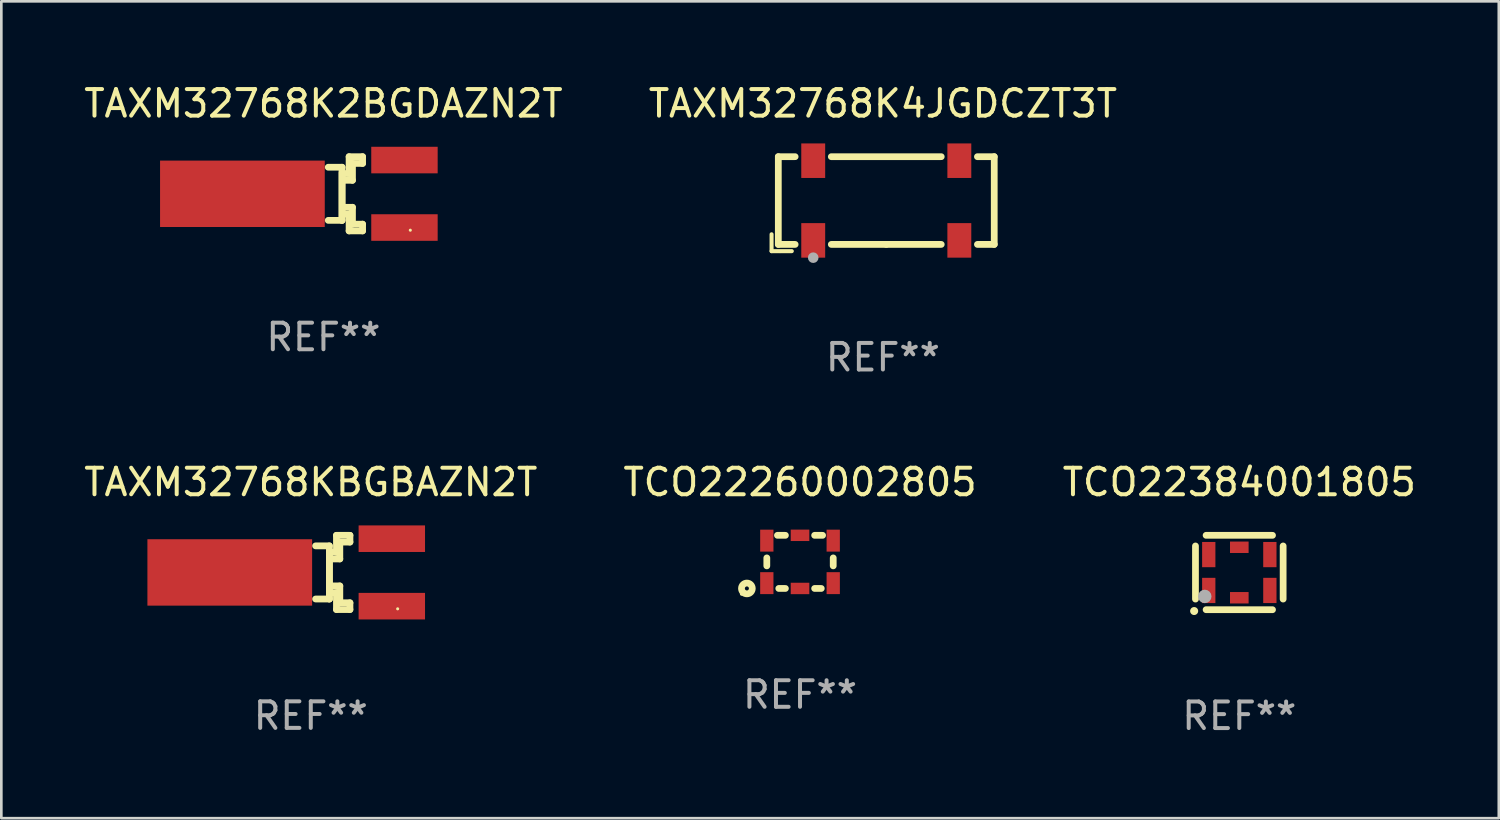
<source format=kicad_pcb>
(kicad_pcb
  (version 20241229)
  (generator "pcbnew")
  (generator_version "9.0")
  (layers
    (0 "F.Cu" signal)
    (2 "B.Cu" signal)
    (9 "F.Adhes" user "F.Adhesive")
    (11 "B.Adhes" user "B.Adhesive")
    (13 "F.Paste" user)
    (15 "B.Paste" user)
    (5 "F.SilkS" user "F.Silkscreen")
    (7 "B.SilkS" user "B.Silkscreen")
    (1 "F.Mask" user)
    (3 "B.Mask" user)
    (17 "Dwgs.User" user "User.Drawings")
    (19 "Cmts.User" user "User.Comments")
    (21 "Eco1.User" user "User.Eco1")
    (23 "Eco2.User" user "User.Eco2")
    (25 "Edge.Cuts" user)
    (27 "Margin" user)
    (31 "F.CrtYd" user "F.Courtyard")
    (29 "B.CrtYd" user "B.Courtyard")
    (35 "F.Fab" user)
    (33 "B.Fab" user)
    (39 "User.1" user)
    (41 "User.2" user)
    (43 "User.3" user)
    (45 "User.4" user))
  (footprint "TCO22384001805"
    (layer "F.Cu")
    (at 43.601 18.501)
    (property "Reference" "TCO22384001805" (at 0 -3.4 0) (layer "F.SilkS") (effects (font (size 1 1) (thickness 0.15))))
    (attr through_hole)
    (fp_line (start -1.65 -1) (end -1.65 1) (stroke (width 0.254) (type solid)) (layer "F.SilkS"))
    (fp_line (start -1.25 -1.4) (end 1.25 -1.4) (stroke (width 0.254) (type solid)) (layer "F.SilkS"))
    (fp_line (start -1.25 1.4) (end 1.25 1.4) (stroke (width 0.254) (type solid)) (layer "F.SilkS"))
    (fp_line (start 1.65 -1) (end 1.65 1) (stroke (width 0.254) (type solid)) (layer "F.SilkS"))
    (fp_arc (start -1.701321 1.449987) (mid -1.700051 1.449982) (end -1.698781 1.449987) (stroke (width 0.3) (type solid)) (layer "F.SilkS"))
    (fp_circle (center -1.25 1) (end -1.22 1) (stroke (width 0.06) (type solid)) (fill no) (layer "F.SilkS"))
    (fp_circle (center -1.3 0.9) (end -1.173 0.9) (stroke (width 0.254) (type solid)) (fill no) (layer "F.Fab"))
    (fp_text user "REF**" (at 0 5.4 0) (layer "F.Fab") (effects (font (size 1 1) (thickness 0.15))))
    (pad "1" smd rect (at -1.15 0.675) (size 0.5 0.95) (layers "F.Cu" "F.Mask" "F.Paste"))
    (pad "2" smd rect (at 0 0.95) (size 0.7 0.43) (layers "F.Cu" "F.Mask" "F.Paste"))
    (pad "3" smd rect (at 1.15 0.675) (size 0.5 0.95) (layers "F.Cu" "F.Mask" "F.Paste"))
    (pad "4" smd rect (at 1.15 -0.675) (size 0.5 0.95) (layers "F.Cu" "F.Mask" "F.Paste"))
    (pad "5" smd rect (at 0 -0.95) (size 0.7 0.43) (layers "F.Cu" "F.Mask" "F.Paste"))
    (pad "6" smd rect (at -1.15 -0.675) (size 0.5 0.95) (layers "F.Cu" "F.Mask" "F.Paste")))
  (footprint "TAXM32768K2BGDAZN2T"
    (layer "F.Cu")
    (at 9.125 4.245)
    (property "Reference" "TAXM32768K2BGDAZN2T" (at 0 -3.397 0) (layer "F.SilkS") (effects (font (size 1 1) (thickness 0.15))))
    (attr through_hole)
    (fp_line (start 0.7 -1) (end 0.181 -1) (stroke (width 0.254) (type solid)) (layer "F.SilkS"))
    (fp_line (start 0.7 -1) (end 0.7 1) (stroke (width 0.254) (type solid)) (layer "F.SilkS"))
    (fp_line (start 0.7 -0.799) (end 0.7 1) (stroke (width 0.254) (type solid)) (layer "F.SilkS"))
    (fp_line (start 0.7 1) (end 0.181 1) (stroke (width 0.254) (type solid)) (layer "F.SilkS"))
    (fp_line (start 0.712 -0.762) (end 0.966 -0.762) (stroke (width 0.254) (type solid)) (layer "F.SilkS"))
    (fp_line (start 0.712 0.762) (end 0.966 0.762) (stroke (width 0.254) (type solid)) (layer "F.SilkS"))
    (fp_line (start 0.966 -1.397) (end 1.474 -1.397) (stroke (width 0.254) (type solid)) (layer "F.SilkS"))
    (fp_line (start 0.966 -0.762) (end 0.966 -1.397) (stroke (width 0.254) (type solid)) (layer "F.SilkS"))
    (fp_line (start 0.966 0.762) (end 0.966 1.397) (stroke (width 0.254) (type solid)) (layer "F.SilkS"))
    (fp_line (start 0.966 1.397) (end 1.474 1.397) (stroke (width 0.254) (type solid)) (layer "F.SilkS"))
    (fp_line (start 1.093 -1.143) (end 1.093 -0.508) (stroke (width 0.254) (type solid)) (layer "F.SilkS"))
    (fp_line (start 1.093 -0.508) (end 0.712 -0.508) (stroke (width 0.254) (type solid)) (layer "F.SilkS"))
    (fp_line (start 1.093 0.508) (end 0.712 0.508) (stroke (width 0.254) (type solid)) (layer "F.SilkS"))
    (fp_line (start 1.093 1.143) (end 1.093 0.508) (stroke (width 0.254) (type solid)) (layer "F.SilkS"))
    (fp_line (start 1.474 -1.397) (end 1.474 -1.143) (stroke (width 0.254) (type solid)) (layer "F.SilkS"))
    (fp_line (start 1.474 -1.143) (end 1.093 -1.143) (stroke (width 0.254) (type solid)) (layer "F.SilkS"))
    (fp_line (start 1.474 1.143) (end 1.093 1.143) (stroke (width 0.254) (type solid)) (layer "F.SilkS"))
    (fp_line (start 1.474 1.397) (end 1.474 1.143) (stroke (width 0.254) (type solid)) (layer "F.SilkS"))
    (fp_circle (center 3.27 1.37) (end 3.3 1.37) (stroke (width 0.06) (type solid)) (fill no) (layer "F.SilkS"))
    (fp_text user "REF**" (at 0 5.397 0) (layer "F.Fab") (effects (font (size 1 1) (thickness 0.15))))
    (pad "1" smd rect (at 3.05 1.27) (size 2.5 1) (layers "F.Cu" "F.Mask" "F.Paste"))
    (pad "2" smd rect (at 3.05 -1.27) (size 2.5 1) (layers "F.Cu" "F.Mask" "F.Paste"))
    (pad "3" smd rect (at -3.05 0 90) (size 2.5 6.2) (layers "F.Cu" "F.Mask" "F.Paste")))
  (footprint "TAXM32768K4JGDCZT3T"
    (layer "F.Cu")
    (at 30.185 4.626)
    (property "Reference" "TAXM32768K4JGDCZT3T" (at 0 -3.778 0) (layer "F.SilkS") (effects (font (size 1 1) (thickness 0.15))))
    (attr through_hole)
    (fp_line (start -4.191 1.143) (end -4.191 1.778) (stroke (width 0.152) (type solid)) (layer "F.SilkS"))
    (fp_line (start -4.191 1.778) (end -3.429 1.778) (stroke (width 0.152) (type solid)) (layer "F.SilkS"))
    (fp_line (start -3.937 -1.778) (end -3.304 -1.778) (stroke (width 0.254) (type solid)) (layer "F.SilkS"))
    (fp_line (start -3.937 1.524) (end -3.937 -1.778) (stroke (width 0.254) (type solid)) (layer "F.SilkS"))
    (fp_line (start -3.304 1.524) (end -3.937 1.524) (stroke (width 0.254) (type solid)) (layer "F.SilkS"))
    (fp_line (start -1.942 -1.778) (end 2.196 -1.778) (stroke (width 0.254) (type solid)) (layer "F.SilkS"))
    (fp_line (start 0.127 1.524) (end -1.942 1.524) (stroke (width 0.254) (type solid)) (layer "F.SilkS"))
    (fp_line (start 2.196 1.524) (end 0.127 1.524) (stroke (width 0.254) (type solid)) (layer "F.SilkS"))
    (fp_line (start 3.558 -1.778) (end 4.191 -1.778) (stroke (width 0.254) (type solid)) (layer "F.SilkS"))
    (fp_line (start 4.191 -1.778) (end 4.191 1.524) (stroke (width 0.254) (type solid)) (layer "F.SilkS"))
    (fp_line (start 4.191 1.524) (end 3.558 1.524) (stroke (width 0.254) (type solid)) (layer "F.SilkS"))
    (fp_circle (center -3.873 1.792) (end -3.843 1.792) (stroke (width 0.06) (type solid)) (fill no) (layer "F.SilkS"))
    (fp_circle (center -2.623 2.023) (end -2.523 2.023) (stroke (width 0.2) (type solid)) (fill no) (layer "F.Fab"))
    (fp_text user "REF**" (at 0 5.778 0) (layer "F.Fab") (effects (font (size 1 1) (thickness 0.15))))
    (pad "1" smd rect (at -2.623 1.373) (size 0.9 1.3) (layers "F.Cu" "F.Mask" "F.Paste"))
    (pad "2" smd rect (at 2.877 1.373) (size 0.9 1.3) (layers "F.Cu" "F.Mask" "F.Paste"))
    (pad "3" smd rect (at 2.877 -1.627) (size 0.9 1.3) (layers "F.Cu" "F.Mask" "F.Paste"))
    (pad "4" smd rect (at -2.623 -1.627) (size 0.9 1.3) (layers "F.Cu" "F.Mask" "F.Paste")))
  (footprint "TAXM32768KBGBAZN2T"
    (layer "F.Cu")
    (at 8.649 18.498)
    (property "Reference" "TAXM32768KBGBAZN2T" (at 0 -3.397 0) (layer "F.SilkS") (effects (font (size 1 1) (thickness 0.15))))
    (attr through_hole)
    (fp_line (start 0.7 -1) (end 0.181 -1) (stroke (width 0.254) (type solid)) (layer "F.SilkS"))
    (fp_line (start 0.7 -1) (end 0.7 1) (stroke (width 0.254) (type solid)) (layer "F.SilkS"))
    (fp_line (start 0.7 -0.799) (end 0.7 1) (stroke (width 0.254) (type solid)) (layer "F.SilkS"))
    (fp_line (start 0.7 1) (end 0.181 1) (stroke (width 0.254) (type solid)) (layer "F.SilkS"))
    (fp_line (start 0.712 -0.762) (end 0.966 -0.762) (stroke (width 0.254) (type solid)) (layer "F.SilkS"))
    (fp_line (start 0.712 0.762) (end 0.966 0.762) (stroke (width 0.254) (type solid)) (layer "F.SilkS"))
    (fp_line (start 0.966 -1.397) (end 1.474 -1.397) (stroke (width 0.254) (type solid)) (layer "F.SilkS"))
    (fp_line (start 0.966 -0.762) (end 0.966 -1.397) (stroke (width 0.254) (type solid)) (layer "F.SilkS"))
    (fp_line (start 0.966 0.762) (end 0.966 1.397) (stroke (width 0.254) (type solid)) (layer "F.SilkS"))
    (fp_line (start 0.966 1.397) (end 1.474 1.397) (stroke (width 0.254) (type solid)) (layer "F.SilkS"))
    (fp_line (start 1.093 -1.143) (end 1.093 -0.508) (stroke (width 0.254) (type solid)) (layer "F.SilkS"))
    (fp_line (start 1.093 -0.508) (end 0.712 -0.508) (stroke (width 0.254) (type solid)) (layer "F.SilkS"))
    (fp_line (start 1.093 0.508) (end 0.712 0.508) (stroke (width 0.254) (type solid)) (layer "F.SilkS"))
    (fp_line (start 1.093 1.143) (end 1.093 0.508) (stroke (width 0.254) (type solid)) (layer "F.SilkS"))
    (fp_line (start 1.474 -1.397) (end 1.474 -1.143) (stroke (width 0.254) (type solid)) (layer "F.SilkS"))
    (fp_line (start 1.474 -1.143) (end 1.093 -1.143) (stroke (width 0.254) (type solid)) (layer "F.SilkS"))
    (fp_line (start 1.474 1.143) (end 1.093 1.143) (stroke (width 0.254) (type solid)) (layer "F.SilkS"))
    (fp_line (start 1.474 1.397) (end 1.474 1.143) (stroke (width 0.254) (type solid)) (layer "F.SilkS"))
    (fp_circle (center 3.27 1.37) (end 3.3 1.37) (stroke (width 0.06) (type solid)) (fill no) (layer "F.SilkS"))
    (fp_text user "REF**" (at 0 5.397 0) (layer "F.Fab") (effects (font (size 1 1) (thickness 0.15))))
    (pad "1" smd rect (at 3.05 1.27) (size 2.5 1) (layers "F.Cu" "F.Mask" "F.Paste"))
    (pad "2" smd rect (at 3.05 -1.27) (size 2.5 1) (layers "F.Cu" "F.Mask" "F.Paste"))
    (pad "3" smd rect (at -3.05 0 90) (size 2.5 6.2) (layers "F.Cu" "F.Mask" "F.Paste")))
  (footprint "TCO22260002805"
    (layer "F.Cu")
    (at 27.065 18.101)
    (property "Reference" "TCO22260002805" (at 0 -3 0) (layer "F.SilkS") (effects (font (size 1 1) (thickness 0.15))))
    (attr through_hole)
    (fp_line (start -1.25 -0.15) (end -1.25 0.15) (stroke (width 0.254) (type solid)) (layer "F.SilkS"))
    (fp_line (start -0.85 -1) (end -0.55 -1) (stroke (width 0.254) (type solid)) (layer "F.SilkS"))
    (fp_line (start -0.8 1) (end -0.55 1) (stroke (width 0.254) (type solid)) (layer "F.SilkS"))
    (fp_line (start 0.55 -1) (end 0.85 -1) (stroke (width 0.254) (type solid)) (layer "F.SilkS"))
    (fp_line (start 0.55 1) (end 0.8 1) (stroke (width 0.254) (type solid)) (layer "F.SilkS"))
    (fp_line (start 1.25 -0.15) (end 1.25 0.15) (stroke (width 0.254) (type solid)) (layer "F.SilkS"))
    (fp_circle (center -2.203 1.215) (end -2.173 1.215) (stroke (width 0.06) (type solid)) (fill no) (layer "F.SilkS"))
    (fp_circle (center -2 1) (end -1.924 1) (stroke (width 0.254) (type solid)) (fill no) (layer "F.SilkS"))
    (fp_text user "REF**" (at 0 5 0) (layer "F.Fab") (effects (font (size 1 1) (thickness 0.15))))
    (pad "1" smd rect (at -1.25 0.8 90) (size 0.826 0.5) (layers "F.Cu" "F.Mask" "F.Paste"))
    (pad "2" smd rect (at -0.000013 1 180) (size 0.7 0.43) (layers "F.Cu" "F.Mask" "F.Paste"))
    (pad "3" smd rect (at 1.25 0.8 90) (size 0.826 0.5) (layers "F.Cu" "F.Mask" "F.Paste"))
    (pad "4" smd rect (at 1.25 -0.8 90) (size 0.826 0.5) (layers "F.Cu" "F.Mask" "F.Paste"))
    (pad "5" smd rect (at -0.000013 -1 180) (size 0.7 0.43) (layers "F.Cu" "F.Mask" "F.Paste"))
    (pad "6" smd rect (at -1.25 -0.8 90) (size 0.826 0.5) (layers "F.Cu" "F.Mask" "F.Paste")))
  (gr_rect
    (start -3 -3)
    (end 53.369 27.749)
    (stroke (width 0.1) (type default))
    (fill no)
    (layer "Edge.Cuts")))
</source>
